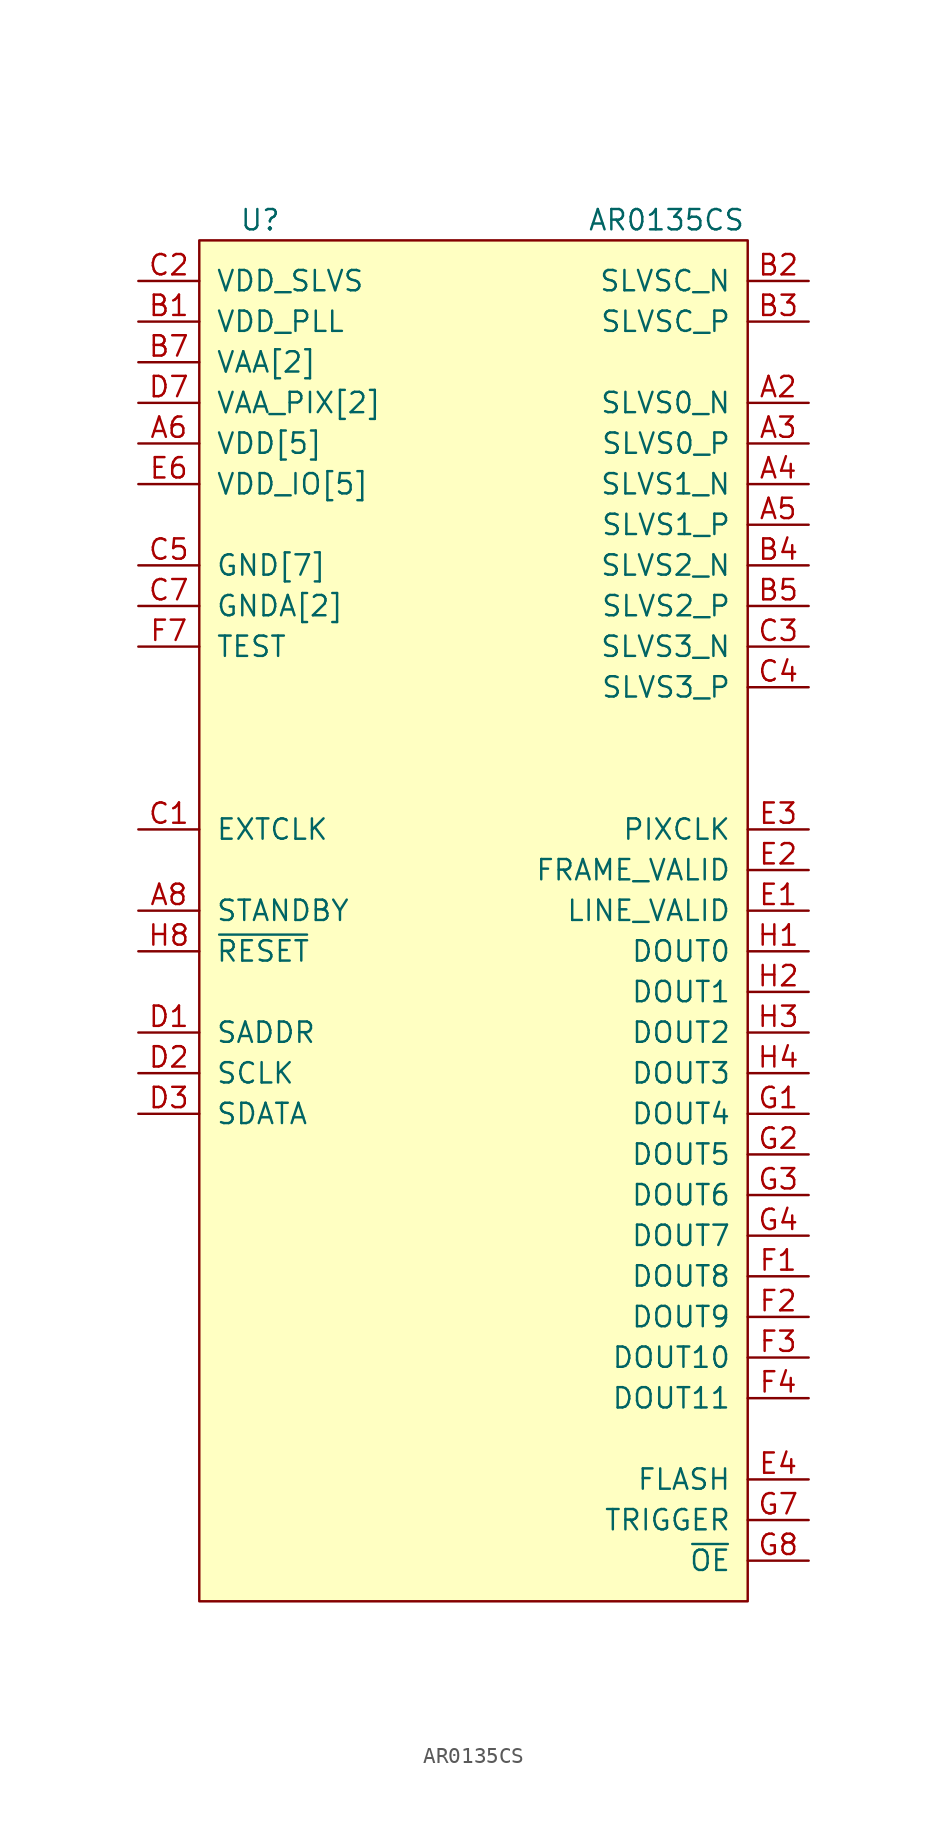
<source format=kicad_sym>
(kicad_symbol_lib
  (version 20211014)
  (generator kicad_symbol_editor)
  (symbol "AR0135CS"
    (pin_names
      (offset 1.016))
    (property "Reference" "U"
      (at 3.81 1.27 0)
      (effects (font (size 1.27 1.27))))
    (property "Value" "AR0135CS"
      (at 29.21 1.27 0)
      (effects (font (size 1.27 1.27))))
    (symbol "AR0135CS_0_1"
      (rectangle (start 0 0) (end 34.29 -85.09) (stroke (width 0) (type default) (color 0 0 0 0)) (fill (type background))))
    (symbol "AR0135CS_1_1"
      (pin output line (at 38.1 -10.16 180) (length 3.81) (name "SLVS0_N" (effects (font (size 1.27 1.27)))) (number "A2" (effects (font (size 1.27 1.27)))))
      (pin output line (at 38.1 -12.7 180) (length 3.81) (name "SLVS0_P" (effects (font (size 1.27 1.27)))) (number "A3" (effects (font (size 1.27 1.27)))))
      (pin output line (at 38.1 -15.24 180) (length 3.81) (name "SLVS1_N" (effects (font (size 1.27 1.27)))) (number "A4" (effects (font (size 1.27 1.27)))))
      (pin output line (at 38.1 -17.78 180) (length 3.81) (name "SLVS1_P" (effects (font (size 1.27 1.27)))) (number "A5" (effects (font (size 1.27 1.27)))))
      (pin power_in line (at -3.81 -12.7 0) (length 3.81) (name "VDD[5]" (effects (font (size 1.27 1.27)))) (number "A6" (effects (font (size 1.27 1.27)))))
      (pin power_in line (at -3.81 -12.7 0) (length 3.81) hide (name "VDD" (effects (font (size 1.27 1.27)))) (number "A7" (effects (font (size 1.27 1.27)))))
      (pin input line (at -3.81 -41.91 0) (length 3.81) (name "STANDBY" (effects (font (size 1.27 1.27)))) (number "A8" (effects (font (size 1.27 1.27)))))
      (pin power_in line (at -3.81 -5.08 0) (length 3.81) (name "VDD_PLL" (effects (font (size 1.27 1.27)))) (number "B1" (effects (font (size 1.27 1.27)))))
      (pin output line (at 38.1 -2.54 180) (length 3.81) (name "SLVSC_N" (effects (font (size 1.27 1.27)))) (number "B2" (effects (font (size 1.27 1.27)))))
      (pin output line (at 38.1 -5.08 180) (length 3.81) (name "SLVSC_P" (effects (font (size 1.27 1.27)))) (number "B3" (effects (font (size 1.27 1.27)))))
      (pin output line (at 38.1 -20.32 180) (length 3.81) (name "SLVS2_N" (effects (font (size 1.27 1.27)))) (number "B4" (effects (font (size 1.27 1.27)))))
      (pin output line (at 38.1 -22.86 180) (length 3.81) (name "SLVS2_P" (effects (font (size 1.27 1.27)))) (number "B5" (effects (font (size 1.27 1.27)))))
      (pin power_in line (at -3.81 -12.7 0) (length 3.81) hide (name "VDD" (effects (font (size 1.27 1.27)))) (number "B6" (effects (font (size 1.27 1.27)))))
      (pin power_in line (at -3.81 -7.62 0) (length 3.81) (name "VAA[2]" (effects (font (size 1.27 1.27)))) (number "B7" (effects (font (size 1.27 1.27)))))
      (pin power_in line (at -3.81 -7.62 0) (length 3.81) hide (name "VAA" (effects (font (size 1.27 1.27)))) (number "B8" (effects (font (size 1.27 1.27)))))
      (pin input line (at -3.81 -36.83 0) (length 3.81) (name "EXTCLK" (effects (font (size 1.27 1.27)))) (number "C1" (effects (font (size 1.27 1.27)))))
      (pin power_in line (at -3.81 -2.54 0) (length 3.81) (name "VDD_SLVS" (effects (font (size 1.27 1.27)))) (number "C2" (effects (font (size 1.27 1.27)))))
      (pin output line (at 38.1 -25.4 180) (length 3.81) (name "SLVS3_N" (effects (font (size 1.27 1.27)))) (number "C3" (effects (font (size 1.27 1.27)))))
      (pin output line (at 38.1 -27.94 180) (length 3.81) (name "SLVS3_P" (effects (font (size 1.27 1.27)))) (number "C4" (effects (font (size 1.27 1.27)))))
      (pin power_in line (at -3.81 -20.32 0) (length 3.81) (name "GND[7]" (effects (font (size 1.27 1.27)))) (number "C5" (effects (font (size 1.27 1.27)))))
      (pin power_in line (at -3.81 -12.7 0) (length 3.81) hide (name "VDD" (effects (font (size 1.27 1.27)))) (number "C6" (effects (font (size 1.27 1.27)))))
      (pin power_in line (at -3.81 -22.86 0) (length 3.81) (name "GNDA[2]" (effects (font (size 1.27 1.27)))) (number "C7" (effects (font (size 1.27 1.27)))))
      (pin power_in line (at -3.81 -22.86 0) (length 3.81) hide (name "GNDA" (effects (font (size 1.27 1.27)))) (number "C8" (effects (font (size 1.27 1.27)))))
      (pin passive line (at -3.81 -49.53 0) (length 3.81) (name "SADDR" (effects (font (size 1.27 1.27)))) (number "D1" (effects (font (size 1.27 1.27)))))
      (pin input line (at -3.81 -52.07 0) (length 3.81) (name "SCLK" (effects (font (size 1.27 1.27)))) (number "D2" (effects (font (size 1.27 1.27)))))
      (pin open_collector line (at -3.81 -54.61 0) (length 3.81) (name "SDATA" (effects (font (size 1.27 1.27)))) (number "D3" (effects (font (size 1.27 1.27)))))
      (pin power_in line (at -3.81 -20.32 0) (length 3.81) hide (name "GND" (effects (font (size 1.27 1.27)))) (number "D4" (effects (font (size 1.27 1.27)))))
      (pin power_in line (at -3.81 -20.32 0) (length 3.81) hide (name "GND" (effects (font (size 1.27 1.27)))) (number "D5" (effects (font (size 1.27 1.27)))))
      (pin power_in line (at -3.81 -12.7 0) (length 3.81) hide (name "VDD" (effects (font (size 1.27 1.27)))) (number "D6" (effects (font (size 1.27 1.27)))))
      (pin power_in line (at -3.81 -10.16 0) (length 3.81) (name "VAA_PIX[2]" (effects (font (size 1.27 1.27)))) (number "D7" (effects (font (size 1.27 1.27)))))
      (pin power_in line (at -3.81 -10.16 0) (length 3.81) hide (name "VAA_PIX" (effects (font (size 1.27 1.27)))) (number "D8" (effects (font (size 1.27 1.27)))))
      (pin output line (at 38.1 -41.91 180) (length 3.81) (name "LINE_VALID" (effects (font (size 1.27 1.27)))) (number "E1" (effects (font (size 1.27 1.27)))))
      (pin output line (at 38.1 -39.37 180) (length 3.81) (name "FRAME_VALID" (effects (font (size 1.27 1.27)))) (number "E2" (effects (font (size 1.27 1.27)))))
      (pin output line (at 38.1 -36.83 180) (length 3.81) (name "PIXCLK" (effects (font (size 1.27 1.27)))) (number "E3" (effects (font (size 1.27 1.27)))))
      (pin output line (at 38.1 -77.47 180) (length 3.81) (name "FLASH" (effects (font (size 1.27 1.27)))) (number "E4" (effects (font (size 1.27 1.27)))))
      (pin power_in line (at -3.81 -20.32 0) (length 3.81) hide (name "GND" (effects (font (size 1.27 1.27)))) (number "E5" (effects (font (size 1.27 1.27)))))
      (pin power_in line (at -3.81 -15.24 0) (length 3.81) (name "VDD_IO[5]" (effects (font (size 1.27 1.27)))) (number "E6" (effects (font (size 1.27 1.27)))))
      (pin output line (at 38.1 -64.77 180) (length 3.81) (name "DOUT8" (effects (font (size 1.27 1.27)))) (number "F1" (effects (font (size 1.27 1.27)))))
      (pin output line (at 38.1 -67.31 180) (length 3.81) (name "DOUT9" (effects (font (size 1.27 1.27)))) (number "F2" (effects (font (size 1.27 1.27)))))
      (pin output line (at 38.1 -69.85 180) (length 3.81) (name "DOUT10" (effects (font (size 1.27 1.27)))) (number "F3" (effects (font (size 1.27 1.27)))))
      (pin output line (at 38.1 -72.39 180) (length 3.81) (name "DOUT11" (effects (font (size 1.27 1.27)))) (number "F4" (effects (font (size 1.27 1.27)))))
      (pin power_in line (at -3.81 -20.32 0) (length 3.81) hide (name "GND" (effects (font (size 1.27 1.27)))) (number "F5" (effects (font (size 1.27 1.27)))))
      (pin power_in line (at -3.81 -15.24 0) (length 3.81) hide (name "VDD_IO" (effects (font (size 1.27 1.27)))) (number "F6" (effects (font (size 1.27 1.27)))))
      (pin passive line (at -3.81 -25.4 0) (length 3.81) (name "TEST" (effects (font (size 1.27 1.27)))) (number "F7" (effects (font (size 1.27 1.27)))))
      (pin output line (at 38.1 -54.61 180) (length 3.81) (name "DOUT4" (effects (font (size 1.27 1.27)))) (number "G1" (effects (font (size 1.27 1.27)))))
      (pin output line (at 38.1 -57.15 180) (length 3.81) (name "DOUT5" (effects (font (size 1.27 1.27)))) (number "G2" (effects (font (size 1.27 1.27)))))
      (pin output line (at 38.1 -59.69 180) (length 3.81) (name "DOUT6" (effects (font (size 1.27 1.27)))) (number "G3" (effects (font (size 1.27 1.27)))))
      (pin output line (at 38.1 -62.23 180) (length 3.81) (name "DOUT7" (effects (font (size 1.27 1.27)))) (number "G4" (effects (font (size 1.27 1.27)))))
      (pin power_in line (at -3.81 -20.32 0) (length 3.81) hide (name "GND" (effects (font (size 1.27 1.27)))) (number "G5" (effects (font (size 1.27 1.27)))))
      (pin power_in line (at -3.81 -15.24 0) (length 3.81) hide (name "VDD_IO" (effects (font (size 1.27 1.27)))) (number "G6" (effects (font (size 1.27 1.27)))))
      (pin input line (at 38.1 -80.01 180) (length 3.81) (name "TRIGGER" (effects (font (size 1.27 1.27)))) (number "G7" (effects (font (size 1.27 1.27)))))
      (pin passive line (at 38.1 -82.55 180) (length 3.81) (name "~{OE}" (effects (font (size 1.27 1.27)))) (number "G8" (effects (font (size 1.27 1.27)))))
      (pin output line (at 38.1 -44.45 180) (length 3.81) (name "DOUT0" (effects (font (size 1.27 1.27)))) (number "H1" (effects (font (size 1.27 1.27)))))
      (pin output line (at 38.1 -46.99 180) (length 3.81) (name "DOUT1" (effects (font (size 1.27 1.27)))) (number "H2" (effects (font (size 1.27 1.27)))))
      (pin output line (at 38.1 -49.53 180) (length 3.81) (name "DOUT2" (effects (font (size 1.27 1.27)))) (number "H3" (effects (font (size 1.27 1.27)))))
      (pin output line (at 38.1 -52.07 180) (length 3.81) (name "DOUT3" (effects (font (size 1.27 1.27)))) (number "H4" (effects (font (size 1.27 1.27)))))
      (pin power_in line (at -3.81 -20.32 0) (length 3.81) hide (name "GND" (effects (font (size 1.27 1.27)))) (number "H5" (effects (font (size 1.27 1.27)))))
      (pin power_in line (at -3.81 -15.24 0) (length 3.81) hide (name "VDD_IO" (effects (font (size 1.27 1.27)))) (number "H6" (effects (font (size 1.27 1.27)))))
      (pin power_in line (at -3.81 -15.24 0) (length 3.81) hide (name "VDD_IO" (effects (font (size 1.27 1.27)))) (number "H7" (effects (font (size 1.27 1.27)))))
      (pin passive line (at -3.81 -44.45 0) (length 3.81) (name "~{RESET}" (effects (font (size 1.27 1.27)))) (number "H8" (effects (font (size 1.27 1.27))))))))
</source>
